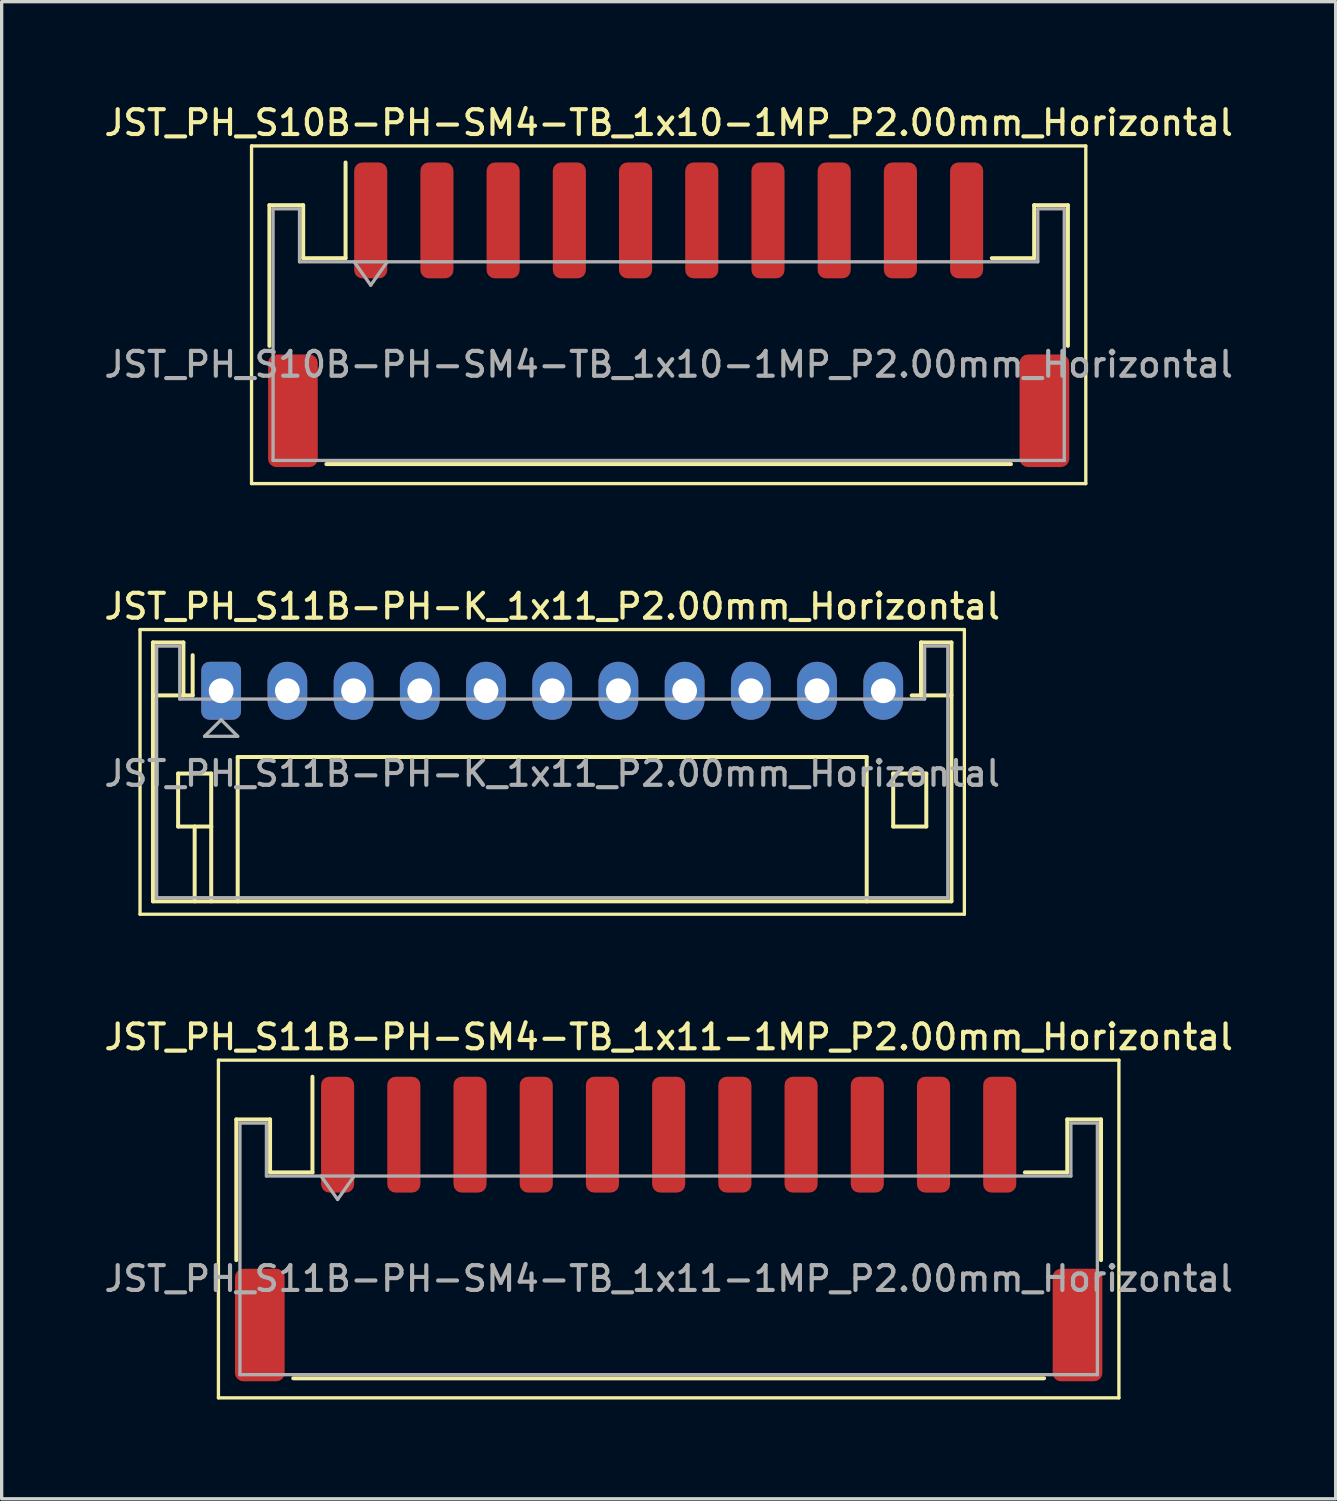
<source format=kicad_pcb>
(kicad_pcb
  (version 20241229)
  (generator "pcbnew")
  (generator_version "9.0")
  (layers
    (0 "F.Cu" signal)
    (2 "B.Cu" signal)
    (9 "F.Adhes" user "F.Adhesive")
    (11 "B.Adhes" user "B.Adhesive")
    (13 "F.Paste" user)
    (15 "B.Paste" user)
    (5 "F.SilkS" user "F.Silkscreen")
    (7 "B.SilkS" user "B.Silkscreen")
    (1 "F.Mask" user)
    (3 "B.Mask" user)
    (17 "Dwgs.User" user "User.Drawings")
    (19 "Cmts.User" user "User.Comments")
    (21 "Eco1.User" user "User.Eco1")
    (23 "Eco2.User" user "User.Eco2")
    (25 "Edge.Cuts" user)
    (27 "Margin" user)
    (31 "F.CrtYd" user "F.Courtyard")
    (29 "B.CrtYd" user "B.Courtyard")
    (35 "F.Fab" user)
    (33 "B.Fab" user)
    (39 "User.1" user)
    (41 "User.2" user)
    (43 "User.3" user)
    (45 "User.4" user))
  (footprint "JST_PH_S11B-PH-SM4-TB_1x11-1MP_P2.00mm_Horizontal"
    (layer "F.Cu")
    (at 17.148 34.074)
    (property "Reference" "JST_PH_S11B-PH-SM4-TB_1x11-1MP_P2.00mm_Horizontal" (at 0 -5.8 0) (layer "F.SilkS") (effects (font (size 0.75 0.75) (thickness 0.125))))
    (attr smd)
    (fp_line (start -13.6 -5.1) (end -13.6 5.1) (stroke (width 0.1) (type solid)) (layer "F.SilkS"))
    (fp_line (start -13.6 5.1) (end 13.6 5.1) (stroke (width 0.1) (type solid)) (layer "F.SilkS"))
    (fp_line (start -13.06 -3.31) (end -12.04 -3.31) (stroke (width 0.12) (type solid)) (layer "F.SilkS"))
    (fp_line (start -13.06 0.94) (end -13.06 -3.31) (stroke (width 0.12) (type solid)) (layer "F.SilkS"))
    (fp_line (start -12.04 -3.31) (end -12.04 -1.71) (stroke (width 0.12) (type solid)) (layer "F.SilkS"))
    (fp_line (start -12.04 -1.71) (end -10.76 -1.71) (stroke (width 0.12) (type solid)) (layer "F.SilkS"))
    (fp_line (start -11.34 4.51) (end 11.34 4.51) (stroke (width 0.12) (type solid)) (layer "F.SilkS"))
    (fp_line (start -10.76 -1.71) (end -10.76 -4.6) (stroke (width 0.12) (type solid)) (layer "F.SilkS"))
    (fp_line (start 12.04 -3.31) (end 12.04 -1.71) (stroke (width 0.12) (type solid)) (layer "F.SilkS"))
    (fp_line (start 12.04 -1.71) (end 10.76 -1.71) (stroke (width 0.12) (type solid)) (layer "F.SilkS"))
    (fp_line (start 13.06 -3.31) (end 12.04 -3.31) (stroke (width 0.12) (type solid)) (layer "F.SilkS"))
    (fp_line (start 13.06 0.94) (end 13.06 -3.31) (stroke (width 0.12) (type solid)) (layer "F.SilkS"))
    (fp_line (start 13.6 -5.1) (end -13.6 -5.1) (stroke (width 0.1) (type solid)) (layer "F.SilkS"))
    (fp_line (start 13.6 5.1) (end 13.6 -5.1) (stroke (width 0.1) (type solid)) (layer "F.SilkS"))
    (fp_line (start -12.95 -3.2) (end -12.95 4.4) (stroke (width 0.1) (type solid)) (layer "F.Fab"))
    (fp_line (start -12.95 -3.2) (end -12.15 -3.2) (stroke (width 0.1) (type solid)) (layer "F.Fab"))
    (fp_line (start -12.95 4.4) (end 12.95 4.4) (stroke (width 0.1) (type solid)) (layer "F.Fab"))
    (fp_line (start -12.15 -3.2) (end -12.15 -1.6) (stroke (width 0.1) (type solid)) (layer "F.Fab"))
    (fp_line (start -12.15 -1.6) (end 12.15 -1.6) (stroke (width 0.1) (type solid)) (layer "F.Fab"))
    (fp_line (start -10.5 -1.6) (end -10 -0.893) (stroke (width 0.1) (type solid)) (layer "F.Fab"))
    (fp_line (start -10 -0.893) (end -9.5 -1.6) (stroke (width 0.1) (type solid)) (layer "F.Fab"))
    (fp_line (start 12.15 -3.2) (end 12.95 -3.2) (stroke (width 0.1) (type solid)) (layer "F.Fab"))
    (fp_line (start 12.15 -1.6) (end 12.15 -3.2) (stroke (width 0.1) (type solid)) (layer "F.Fab"))
    (fp_line (start 12.95 -3.2) (end 12.95 4.4) (stroke (width 0.1) (type solid)) (layer "F.Fab"))
    (fp_text user "${REFERENCE}" (at 0 1.5 0) (layer "F.Fab") (effects (font (size 0.75 0.75) (thickness 0.125))))
    (pad "1" smd roundrect (at -10 -2.85) (size 1 3.5) (layers "F.Cu" "F.Mask" "F.Paste") (roundrect_rratio 0.25))
    (pad "2" smd roundrect (at -8 -2.85) (size 1 3.5) (layers "F.Cu" "F.Mask" "F.Paste") (roundrect_rratio 0.25))
    (pad "3" smd roundrect (at -6 -2.85) (size 1 3.5) (layers "F.Cu" "F.Mask" "F.Paste") (roundrect_rratio 0.25))
    (pad "4" smd roundrect (at -4 -2.85) (size 1 3.5) (layers "F.Cu" "F.Mask" "F.Paste") (roundrect_rratio 0.25))
    (pad "5" smd roundrect (at -2 -2.85) (size 1 3.5) (layers "F.Cu" "F.Mask" "F.Paste") (roundrect_rratio 0.25))
    (pad "6" smd roundrect (at 0 -2.85) (size 1 3.5) (layers "F.Cu" "F.Mask" "F.Paste") (roundrect_rratio 0.25))
    (pad "7" smd roundrect (at 2 -2.85) (size 1 3.5) (layers "F.Cu" "F.Mask" "F.Paste") (roundrect_rratio 0.25))
    (pad "8" smd roundrect (at 4 -2.85) (size 1 3.5) (layers "F.Cu" "F.Mask" "F.Paste") (roundrect_rratio 0.25))
    (pad "9" smd roundrect (at 6 -2.85) (size 1 3.5) (layers "F.Cu" "F.Mask" "F.Paste") (roundrect_rratio 0.25))
    (pad "10" smd roundrect (at 8 -2.85) (size 1 3.5) (layers "F.Cu" "F.Mask" "F.Paste") (roundrect_rratio 0.25))
    (pad "11" smd roundrect (at 10 -2.85) (size 1 3.5) (layers "F.Cu" "F.Mask" "F.Paste") (roundrect_rratio 0.25))
    (pad "MP" smd roundrect (at -12.35 2.9) (size 1.5 3.4) (layers "F.Cu" "F.Mask" "F.Paste") (roundrect_rratio 0.167))
    (pad "MP" smd roundrect (at 12.35 2.9) (size 1.5 3.4) (layers "F.Cu" "F.Mask" "F.Paste") (roundrect_rratio 0.167)))
  (footprint "JST_PH_S11B-PH-K_1x11_P2.00mm_Horizontal"
    (layer "F.Cu")
    (at 3.63 17.816)
    (property "Reference" "JST_PH_S11B-PH-K_1x11_P2.00mm_Horizontal" (at 10 -2.55 0) (layer "F.SilkS") (effects (font (size 0.75 0.75) (thickness 0.125))))
    (attr through_hole)
    (fp_line (start -2.45 -1.85) (end -2.45 6.75) (stroke (width 0.1) (type solid)) (layer "F.SilkS"))
    (fp_line (start -2.45 6.75) (end 22.45 6.75) (stroke (width 0.1) (type solid)) (layer "F.SilkS"))
    (fp_line (start -2.06 -1.46) (end -2.06 6.36) (stroke (width 0.12) (type solid)) (layer "F.SilkS"))
    (fp_line (start -2.06 0.14) (end -1.14 0.14) (stroke (width 0.12) (type solid)) (layer "F.SilkS"))
    (fp_line (start -2.06 6.36) (end 22.06 6.36) (stroke (width 0.12) (type solid)) (layer "F.SilkS"))
    (fp_line (start -1.3 2.5) (end -1.3 4.1) (stroke (width 0.12) (type solid)) (layer "F.SilkS"))
    (fp_line (start -1.3 4.1) (end -0.3 4.1) (stroke (width 0.12) (type solid)) (layer "F.SilkS"))
    (fp_line (start -1.14 -1.46) (end -2.06 -1.46) (stroke (width 0.12) (type solid)) (layer "F.SilkS"))
    (fp_line (start -1.14 0.14) (end -1.14 -1.46) (stroke (width 0.12) (type solid)) (layer "F.SilkS"))
    (fp_line (start -0.86 0.14) (end -1.14 0.14) (stroke (width 0.12) (type solid)) (layer "F.SilkS"))
    (fp_line (start -0.86 0.14) (end -0.86 -1.075) (stroke (width 0.12) (type solid)) (layer "F.SilkS"))
    (fp_line (start -0.8 4.1) (end -0.8 6.36) (stroke (width 0.12) (type solid)) (layer "F.SilkS"))
    (fp_line (start -0.3 2.5) (end -1.3 2.5) (stroke (width 0.12) (type solid)) (layer "F.SilkS"))
    (fp_line (start -0.3 4.1) (end -0.3 2.5) (stroke (width 0.12) (type solid)) (layer "F.SilkS"))
    (fp_line (start -0.3 4.1) (end -0.3 6.36) (stroke (width 0.12) (type solid)) (layer "F.SilkS"))
    (fp_line (start 0.5 2) (end 19.5 2) (stroke (width 0.12) (type solid)) (layer "F.SilkS"))
    (fp_line (start 0.5 6.36) (end 0.5 2) (stroke (width 0.12) (type solid)) (layer "F.SilkS"))
    (fp_line (start 19.5 2) (end 19.5 6.36) (stroke (width 0.12) (type solid)) (layer "F.SilkS"))
    (fp_line (start 20.3 2.5) (end 21.3 2.5) (stroke (width 0.12) (type solid)) (layer "F.SilkS"))
    (fp_line (start 20.3 4.1) (end 20.3 2.5) (stroke (width 0.12) (type solid)) (layer "F.SilkS"))
    (fp_line (start 21.14 -1.46) (end 21.14 0.14) (stroke (width 0.12) (type solid)) (layer "F.SilkS"))
    (fp_line (start 21.14 0.14) (end 20.86 0.14) (stroke (width 0.12) (type solid)) (layer "F.SilkS"))
    (fp_line (start 21.3 2.5) (end 21.3 4.1) (stroke (width 0.12) (type solid)) (layer "F.SilkS"))
    (fp_line (start 21.3 4.1) (end 20.3 4.1) (stroke (width 0.12) (type solid)) (layer "F.SilkS"))
    (fp_line (start 22.06 -1.46) (end 21.14 -1.46) (stroke (width 0.12) (type solid)) (layer "F.SilkS"))
    (fp_line (start 22.06 0.14) (end 21.14 0.14) (stroke (width 0.12) (type solid)) (layer "F.SilkS"))
    (fp_line (start 22.06 6.36) (end 22.06 -1.46) (stroke (width 0.12) (type solid)) (layer "F.SilkS"))
    (fp_line (start 22.45 -1.85) (end -2.45 -1.85) (stroke (width 0.1) (type solid)) (layer "F.SilkS"))
    (fp_line (start 22.45 6.75) (end 22.45 -1.85) (stroke (width 0.1) (type solid)) (layer "F.SilkS"))
    (fp_line (start -1.95 -1.35) (end -1.95 6.25) (stroke (width 0.1) (type solid)) (layer "F.Fab"))
    (fp_line (start -1.95 6.25) (end 21.95 6.25) (stroke (width 0.1) (type solid)) (layer "F.Fab"))
    (fp_line (start -1.25 -1.35) (end -1.95 -1.35) (stroke (width 0.1) (type solid)) (layer "F.Fab"))
    (fp_line (start -1.25 0.25) (end -1.25 -1.35) (stroke (width 0.1) (type solid)) (layer "F.Fab"))
    (fp_line (start -0.5 1.375) (end 0.5 1.375) (stroke (width 0.1) (type solid)) (layer "F.Fab"))
    (fp_line (start 0 0.875) (end -0.5 1.375) (stroke (width 0.1) (type solid)) (layer "F.Fab"))
    (fp_line (start 0.5 1.375) (end 0 0.875) (stroke (width 0.1) (type solid)) (layer "F.Fab"))
    (fp_line (start 21.25 -1.35) (end 21.25 0.25) (stroke (width 0.1) (type solid)) (layer "F.Fab"))
    (fp_line (start 21.25 0.25) (end -1.25 0.25) (stroke (width 0.1) (type solid)) (layer "F.Fab"))
    (fp_line (start 21.95 -1.35) (end 21.25 -1.35) (stroke (width 0.1) (type solid)) (layer "F.Fab"))
    (fp_line (start 21.95 6.25) (end 21.95 -1.35) (stroke (width 0.1) (type solid)) (layer "F.Fab"))
    (fp_text user "${REFERENCE}" (at 10 2.5 0) (layer "F.Fab") (effects (font (size 0.75 0.75) (thickness 0.125))))
    (pad "1" thru_hole roundrect (at 0 0) (size 1.2 1.75) (drill 0.75) (layers "*.Cu" "*.Mask") (roundrect_rratio 0.208))
    (pad "2" thru_hole oval (at 2 0) (size 1.2 1.75) (drill 0.75) (layers "*.Cu" "*.Mask"))
    (pad "3" thru_hole oval (at 4 0) (size 1.2 1.75) (drill 0.75) (layers "*.Cu" "*.Mask"))
    (pad "4" thru_hole oval (at 6 0) (size 1.2 1.75) (drill 0.75) (layers "*.Cu" "*.Mask"))
    (pad "5" thru_hole oval (at 8 0) (size 1.2 1.75) (drill 0.75) (layers "*.Cu" "*.Mask"))
    (pad "6" thru_hole oval (at 10 0) (size 1.2 1.75) (drill 0.75) (layers "*.Cu" "*.Mask"))
    (pad "7" thru_hole oval (at 12 0) (size 1.2 1.75) (drill 0.75) (layers "*.Cu" "*.Mask"))
    (pad "8" thru_hole oval (at 14 0) (size 1.2 1.75) (drill 0.75) (layers "*.Cu" "*.Mask"))
    (pad "9" thru_hole oval (at 16 0) (size 1.2 1.75) (drill 0.75) (layers "*.Cu" "*.Mask"))
    (pad "10" thru_hole oval (at 18 0) (size 1.2 1.75) (drill 0.75) (layers "*.Cu" "*.Mask"))
    (pad "11" thru_hole oval (at 20 0) (size 1.2 1.75) (drill 0.75) (layers "*.Cu" "*.Mask")))
  (footprint "JST_PH_S10B-PH-SM4-TB_1x10-1MP_P2.00mm_Horizontal"
    (layer "F.Cu")
    (at 17.148 6.458)
    (property "Reference" "JST_PH_S10B-PH-SM4-TB_1x10-1MP_P2.00mm_Horizontal" (at 0 -5.8 0) (layer "F.SilkS") (effects (font (size 0.75 0.75) (thickness 0.125))))
    (attr smd)
    (fp_line (start -12.6 -5.1) (end -12.6 5.1) (stroke (width 0.1) (type solid)) (layer "F.SilkS"))
    (fp_line (start -12.6 5.1) (end 12.6 5.1) (stroke (width 0.1) (type solid)) (layer "F.SilkS"))
    (fp_line (start -12.06 -3.31) (end -11.04 -3.31) (stroke (width 0.12) (type solid)) (layer "F.SilkS"))
    (fp_line (start -12.06 0.94) (end -12.06 -3.31) (stroke (width 0.12) (type solid)) (layer "F.SilkS"))
    (fp_line (start -11.04 -3.31) (end -11.04 -1.71) (stroke (width 0.12) (type solid)) (layer "F.SilkS"))
    (fp_line (start -11.04 -1.71) (end -9.76 -1.71) (stroke (width 0.12) (type solid)) (layer "F.SilkS"))
    (fp_line (start -10.34 4.51) (end 10.34 4.51) (stroke (width 0.12) (type solid)) (layer "F.SilkS"))
    (fp_line (start -9.76 -1.71) (end -9.76 -4.6) (stroke (width 0.12) (type solid)) (layer "F.SilkS"))
    (fp_line (start 11.04 -3.31) (end 11.04 -1.71) (stroke (width 0.12) (type solid)) (layer "F.SilkS"))
    (fp_line (start 11.04 -1.71) (end 9.76 -1.71) (stroke (width 0.12) (type solid)) (layer "F.SilkS"))
    (fp_line (start 12.06 -3.31) (end 11.04 -3.31) (stroke (width 0.12) (type solid)) (layer "F.SilkS"))
    (fp_line (start 12.06 0.94) (end 12.06 -3.31) (stroke (width 0.12) (type solid)) (layer "F.SilkS"))
    (fp_line (start 12.6 -5.1) (end -12.6 -5.1) (stroke (width 0.1) (type solid)) (layer "F.SilkS"))
    (fp_line (start 12.6 5.1) (end 12.6 -5.1) (stroke (width 0.1) (type solid)) (layer "F.SilkS"))
    (fp_line (start -11.95 -3.2) (end -11.95 4.4) (stroke (width 0.1) (type solid)) (layer "F.Fab"))
    (fp_line (start -11.95 -3.2) (end -11.15 -3.2) (stroke (width 0.1) (type solid)) (layer "F.Fab"))
    (fp_line (start -11.95 4.4) (end 11.95 4.4) (stroke (width 0.1) (type solid)) (layer "F.Fab"))
    (fp_line (start -11.15 -3.2) (end -11.15 -1.6) (stroke (width 0.1) (type solid)) (layer "F.Fab"))
    (fp_line (start -11.15 -1.6) (end 11.15 -1.6) (stroke (width 0.1) (type solid)) (layer "F.Fab"))
    (fp_line (start -9.5 -1.6) (end -9 -0.893) (stroke (width 0.1) (type solid)) (layer "F.Fab"))
    (fp_line (start -9 -0.893) (end -8.5 -1.6) (stroke (width 0.1) (type solid)) (layer "F.Fab"))
    (fp_line (start 11.15 -3.2) (end 11.95 -3.2) (stroke (width 0.1) (type solid)) (layer "F.Fab"))
    (fp_line (start 11.15 -1.6) (end 11.15 -3.2) (stroke (width 0.1) (type solid)) (layer "F.Fab"))
    (fp_line (start 11.95 -3.2) (end 11.95 4.4) (stroke (width 0.1) (type solid)) (layer "F.Fab"))
    (fp_text user "${REFERENCE}" (at 0 1.5 0) (layer "F.Fab") (effects (font (size 0.75 0.75) (thickness 0.125))))
    (pad "1" smd roundrect (at -9 -2.85) (size 1 3.5) (layers "F.Cu" "F.Mask" "F.Paste") (roundrect_rratio 0.25))
    (pad "2" smd roundrect (at -7 -2.85) (size 1 3.5) (layers "F.Cu" "F.Mask" "F.Paste") (roundrect_rratio 0.25))
    (pad "3" smd roundrect (at -5 -2.85) (size 1 3.5) (layers "F.Cu" "F.Mask" "F.Paste") (roundrect_rratio 0.25))
    (pad "4" smd roundrect (at -3 -2.85) (size 1 3.5) (layers "F.Cu" "F.Mask" "F.Paste") (roundrect_rratio 0.25))
    (pad "5" smd roundrect (at -1 -2.85) (size 1 3.5) (layers "F.Cu" "F.Mask" "F.Paste") (roundrect_rratio 0.25))
    (pad "6" smd roundrect (at 1 -2.85) (size 1 3.5) (layers "F.Cu" "F.Mask" "F.Paste") (roundrect_rratio 0.25))
    (pad "7" smd roundrect (at 3 -2.85) (size 1 3.5) (layers "F.Cu" "F.Mask" "F.Paste") (roundrect_rratio 0.25))
    (pad "8" smd roundrect (at 5 -2.85) (size 1 3.5) (layers "F.Cu" "F.Mask" "F.Paste") (roundrect_rratio 0.25))
    (pad "9" smd roundrect (at 7 -2.85) (size 1 3.5) (layers "F.Cu" "F.Mask" "F.Paste") (roundrect_rratio 0.25))
    (pad "10" smd roundrect (at 9 -2.85) (size 1 3.5) (layers "F.Cu" "F.Mask" "F.Paste") (roundrect_rratio 0.25))
    (pad "MP" smd roundrect (at -11.35 2.9) (size 1.5 3.4) (layers "F.Cu" "F.Mask" "F.Paste") (roundrect_rratio 0.167))
    (pad "MP" smd roundrect (at 11.35 2.9) (size 1.5 3.4) (layers "F.Cu" "F.Mask" "F.Paste") (roundrect_rratio 0.167)))
  (gr_rect
    (start -3 -3)
    (end 37.296 42.224)
    (stroke (width 0.1) (type default))
    (fill no)
    (layer "Edge.Cuts")))
</source>
